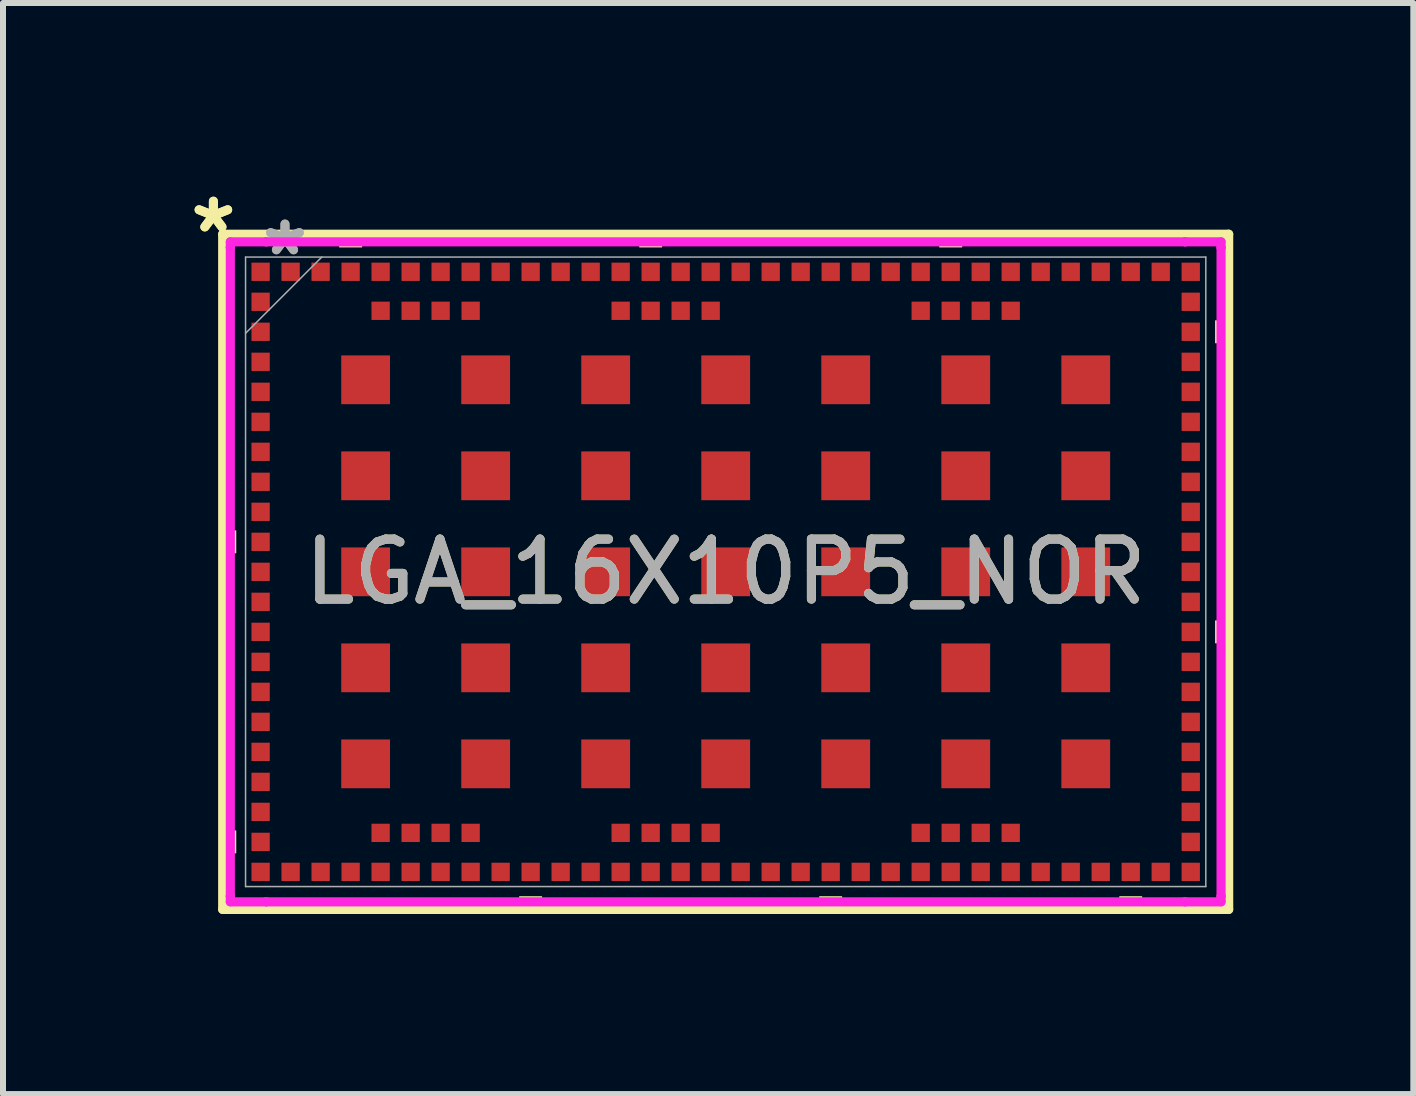
<source format=kicad_pcb>
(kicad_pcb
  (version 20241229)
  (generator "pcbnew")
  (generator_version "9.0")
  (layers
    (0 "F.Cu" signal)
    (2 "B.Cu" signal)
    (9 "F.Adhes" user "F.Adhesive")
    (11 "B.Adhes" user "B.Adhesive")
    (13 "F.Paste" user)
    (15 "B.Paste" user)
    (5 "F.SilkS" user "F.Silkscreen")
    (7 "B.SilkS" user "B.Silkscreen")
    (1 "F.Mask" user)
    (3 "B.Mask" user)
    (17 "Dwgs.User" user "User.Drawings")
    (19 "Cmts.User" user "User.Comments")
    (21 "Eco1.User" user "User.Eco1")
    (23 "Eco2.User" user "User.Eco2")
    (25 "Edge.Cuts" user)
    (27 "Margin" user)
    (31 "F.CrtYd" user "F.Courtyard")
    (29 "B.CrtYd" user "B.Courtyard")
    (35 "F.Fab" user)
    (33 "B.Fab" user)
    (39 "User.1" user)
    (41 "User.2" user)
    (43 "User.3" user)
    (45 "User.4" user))
  (footprint "LGA_16X10P5_NOR"
    (layer "F.Cu")
    (at 9.043 6.479)
    (property "Reference" "LGA_16X10P5_NOR" (at 0 0 0) (unlocked yes) (layer "F.SilkS") (effects (font (size 1 1) (thickness 0.15))))
    (attr smd)
    (fp_line (start -8.382 -5.626) (end -8.382 5.626) (stroke (width 0.152) (type solid)) (layer "F.SilkS"))
    (fp_line (start -8.382 5.626) (end 8.382 5.626) (stroke (width 0.152) (type solid)) (layer "F.SilkS"))
    (fp_line (start 8.382 -5.626) (end -8.382 -5.626) (stroke (width 0.152) (type solid)) (layer "F.SilkS"))
    (fp_line (start 8.382 5.626) (end 8.382 -5.626) (stroke (width 0.152) (type solid)) (layer "F.SilkS"))
    (fp_poly (pts (xy -8.41 -0.69) (xy -8.41 -0.309) (xy -8.156 -0.309) (xy -8.156 -0.69)) (stroke (width 0) (type solid)) (fill yes) (layer "F.SilkS"))
    (fp_poly (pts (xy -8.41 4.31) (xy -8.41 4.691) (xy -8.156 4.691) (xy -8.156 4.31)) (stroke (width 0) (type solid)) (fill yes) (layer "F.SilkS"))
    (fp_poly (pts (xy -6.441 -5.406) (xy -6.441 -5.66) (xy -6.059 -5.66) (xy -6.059 -5.406)) (stroke (width 0) (type solid)) (fill yes) (layer "F.SilkS"))
    (fp_poly (pts (xy -3.441 5.406) (xy -3.441 5.66) (xy -3.06 5.66) (xy -3.06 5.406)) (stroke (width 0) (type solid)) (fill yes) (layer "F.SilkS"))
    (fp_poly (pts (xy -1.44 -5.406) (xy -1.44 -5.66) (xy -1.06 -5.66) (xy -1.06 -5.406)) (stroke (width 0) (type solid)) (fill yes) (layer "F.SilkS"))
    (fp_poly (pts (xy 1.559 5.406) (xy 1.559 5.66) (xy 1.94 5.66) (xy 1.94 5.406)) (stroke (width 0) (type solid)) (fill yes) (layer "F.SilkS"))
    (fp_poly (pts (xy 3.559 -5.406) (xy 3.559 -5.66) (xy 3.941 -5.66) (xy 3.941 -5.406)) (stroke (width 0) (type solid)) (fill yes) (layer "F.SilkS"))
    (fp_poly (pts (xy 6.559 5.406) (xy 6.559 5.66) (xy 6.94 5.66) (xy 6.94 5.406)) (stroke (width 0) (type solid)) (fill yes) (layer "F.SilkS"))
    (fp_poly (pts (xy 8.41 -4.191) (xy 8.41 -3.809) (xy 8.156 -3.809) (xy 8.156 -4.191)) (stroke (width 0) (type solid)) (fill yes) (layer "F.SilkS"))
    (fp_poly (pts (xy 8.41 0.81) (xy 8.41 1.191) (xy 8.156 1.191) (xy 8.156 0.81)) (stroke (width 0) (type solid)) (fill yes) (layer "F.SilkS"))
    (fp_line (start -8.255 -5.499) (end -7.656 -5.499) (stroke (width 0.152) (type solid)) (layer "F.CrtYd"))
    (fp_line (start -8.255 -5.406) (end -8.255 -5.499) (stroke (width 0.152) (type solid)) (layer "F.CrtYd"))
    (fp_line (start -8.255 -5.406) (end -8.255 -5.406) (stroke (width 0.152) (type solid)) (layer "F.CrtYd"))
    (fp_line (start -8.255 5.406) (end -8.255 -5.406) (stroke (width 0.152) (type solid)) (layer "F.CrtYd"))
    (fp_line (start -8.255 5.406) (end -8.255 5.406) (stroke (width 0.152) (type solid)) (layer "F.CrtYd"))
    (fp_line (start -8.255 5.499) (end -8.255 5.406) (stroke (width 0.152) (type solid)) (layer "F.CrtYd"))
    (fp_line (start -7.656 -5.499) (end -7.656 -5.499) (stroke (width 0.152) (type solid)) (layer "F.CrtYd"))
    (fp_line (start -7.656 -5.499) (end 7.656 -5.499) (stroke (width 0.152) (type solid)) (layer "F.CrtYd"))
    (fp_line (start -7.656 5.499) (end -8.255 5.499) (stroke (width 0.152) (type solid)) (layer "F.CrtYd"))
    (fp_line (start -7.656 5.499) (end -7.656 5.499) (stroke (width 0.152) (type solid)) (layer "F.CrtYd"))
    (fp_line (start 7.656 -5.499) (end 7.656 -5.499) (stroke (width 0.152) (type solid)) (layer "F.CrtYd"))
    (fp_line (start 7.656 -5.499) (end 8.255 -5.499) (stroke (width 0.152) (type solid)) (layer "F.CrtYd"))
    (fp_line (start 7.656 5.499) (end -7.656 5.499) (stroke (width 0.152) (type solid)) (layer "F.CrtYd"))
    (fp_line (start 7.656 5.499) (end 7.656 5.499) (stroke (width 0.152) (type solid)) (layer "F.CrtYd"))
    (fp_line (start 8.255 -5.499) (end 8.255 -5.406) (stroke (width 0.152) (type solid)) (layer "F.CrtYd"))
    (fp_line (start 8.255 -5.406) (end 8.255 -5.406) (stroke (width 0.152) (type solid)) (layer "F.CrtYd"))
    (fp_line (start 8.255 -5.406) (end 8.255 5.406) (stroke (width 0.152) (type solid)) (layer "F.CrtYd"))
    (fp_line (start 8.255 5.406) (end 8.255 5.406) (stroke (width 0.152) (type solid)) (layer "F.CrtYd"))
    (fp_line (start 8.255 5.406) (end 8.255 5.499) (stroke (width 0.152) (type solid)) (layer "F.CrtYd"))
    (fp_line (start 8.255 5.499) (end 7.656 5.499) (stroke (width 0.152) (type solid)) (layer "F.CrtYd"))
    (fp_line (start -8.001 -5.245) (end -8.001 5.245) (stroke (width 0.025) (type solid)) (layer "F.Fab"))
    (fp_line (start -8.001 -3.975) (end -6.731 -5.245) (stroke (width 0.025) (type solid)) (layer "F.Fab"))
    (fp_line (start -8.001 5.245) (end 8.001 5.245) (stroke (width 0.025) (type solid)) (layer "F.Fab"))
    (fp_line (start 8.001 -5.245) (end -8.001 -5.245) (stroke (width 0.025) (type solid)) (layer "F.Fab"))
    (fp_line (start 8.001 5.245) (end 8.001 -5.245) (stroke (width 0.025) (type solid)) (layer "F.Fab"))
    (fp_text user "*" (at -8.537 -5.631 0) (unlocked yes) (layer "F.SilkS") (effects (font (size 1 1) (thickness 0.15))))
    (fp_text user "*" (at -8.537 -5.631 0) (layer "F.SilkS") (effects (font (size 1 1) (thickness 0.15))))
    (fp_text user "${REFERENCE}" (at 0 0 0) (unlocked yes) (layer "F.Fab") (effects (font (size 1 1) (thickness 0.15))))
    (fp_text user "*" (at -7.344 -5.25 0) (unlocked yes) (layer "F.Fab") (effects (font (size 1 1) (thickness 0.15))))
    (fp_text user "*" (at -7.344 -5.25 0) (layer "F.Fab") (effects (font (size 1 1) (thickness 0.15))))
    (pad "1" smd rect (at -7.75 -5 90) (size 0.305 0.305) (layers "F.Cu" "F.Mask" "F.Paste"))
    (pad "2" smd rect (at -7.75 -4.5 90) (size 0.305 0.305) (layers "F.Cu" "F.Mask" "F.Paste"))
    (pad "3" smd rect (at -7.75 -4 90) (size 0.305 0.305) (layers "F.Cu" "F.Mask" "F.Paste"))
    (pad "4" smd rect (at -7.75 -3.5 90) (size 0.305 0.305) (layers "F.Cu" "F.Mask" "F.Paste"))
    (pad "5" smd rect (at -7.75 -3 90) (size 0.305 0.305) (layers "F.Cu" "F.Mask" "F.Paste"))
    (pad "6" smd rect (at -7.75 -2.5 90) (size 0.305 0.305) (layers "F.Cu" "F.Mask" "F.Paste"))
    (pad "7" smd rect (at -7.75 -2 90) (size 0.305 0.305) (layers "F.Cu" "F.Mask" "F.Paste"))
    (pad "8" smd rect (at -7.75 -1.5 90) (size 0.305 0.305) (layers "F.Cu" "F.Mask" "F.Paste"))
    (pad "9" smd rect (at -7.75 -1 90) (size 0.305 0.305) (layers "F.Cu" "F.Mask" "F.Paste"))
    (pad "10" smd rect (at -7.75 -0.5 90) (size 0.305 0.305) (layers "F.Cu" "F.Mask" "F.Paste"))
    (pad "11" smd rect (at -7.75 0 90) (size 0.305 0.305) (layers "F.Cu" "F.Mask" "F.Paste"))
    (pad "12" smd rect (at -7.75 0.5 90) (size 0.305 0.305) (layers "F.Cu" "F.Mask" "F.Paste"))
    (pad "13" smd rect (at -7.75 1 90) (size 0.305 0.305) (layers "F.Cu" "F.Mask" "F.Paste"))
    (pad "14" smd rect (at -7.75 1.5 90) (size 0.305 0.305) (layers "F.Cu" "F.Mask" "F.Paste"))
    (pad "15" smd rect (at -7.75 2 90) (size 0.305 0.305) (layers "F.Cu" "F.Mask" "F.Paste"))
    (pad "16" smd rect (at -7.75 2.5 90) (size 0.305 0.305) (layers "F.Cu" "F.Mask" "F.Paste"))
    (pad "17" smd rect (at -7.75 3 90) (size 0.305 0.305) (layers "F.Cu" "F.Mask" "F.Paste"))
    (pad "18" smd rect (at -7.75 3.5 90) (size 0.305 0.305) (layers "F.Cu" "F.Mask" "F.Paste"))
    (pad "19" smd rect (at -7.75 4 90) (size 0.305 0.305) (layers "F.Cu" "F.Mask" "F.Paste"))
    (pad "20" smd rect (at -7.75 4.5 90) (size 0.305 0.305) (layers "F.Cu" "F.Mask" "F.Paste"))
    (pad "21" smd rect (at -7.75 5 90) (size 0.305 0.305) (layers "F.Cu" "F.Mask" "F.Paste"))
    (pad "22" smd rect (at -7.25 5) (size 0.305 0.305) (layers "F.Cu" "F.Mask" "F.Paste"))
    (pad "23" smd rect (at -6.75 5) (size 0.305 0.305) (layers "F.Cu" "F.Mask" "F.Paste"))
    (pad "24" smd rect (at -6.25 5) (size 0.305 0.305) (layers "F.Cu" "F.Mask" "F.Paste"))
    (pad "25" smd rect (at -5.75 5) (size 0.305 0.305) (layers "F.Cu" "F.Mask" "F.Paste"))
    (pad "26" smd rect (at -5.25 5) (size 0.305 0.305) (layers "F.Cu" "F.Mask" "F.Paste"))
    (pad "27" smd rect (at -4.75 5) (size 0.305 0.305) (layers "F.Cu" "F.Mask" "F.Paste"))
    (pad "28" smd rect (at -4.25 5) (size 0.305 0.305) (layers "F.Cu" "F.Mask" "F.Paste"))
    (pad "29" smd rect (at -3.75 5) (size 0.305 0.305) (layers "F.Cu" "F.Mask" "F.Paste"))
    (pad "30" smd rect (at -3.25 5) (size 0.305 0.305) (layers "F.Cu" "F.Mask" "F.Paste"))
    (pad "31" smd rect (at -2.75 5) (size 0.305 0.305) (layers "F.Cu" "F.Mask" "F.Paste"))
    (pad "32" smd rect (at -2.25 5) (size 0.305 0.305) (layers "F.Cu" "F.Mask" "F.Paste"))
    (pad "33" smd rect (at -1.75 5) (size 0.305 0.305) (layers "F.Cu" "F.Mask" "F.Paste"))
    (pad "34" smd rect (at -1.25 5) (size 0.305 0.305) (layers "F.Cu" "F.Mask" "F.Paste"))
    (pad "35" smd rect (at -0.75 5) (size 0.305 0.305) (layers "F.Cu" "F.Mask" "F.Paste"))
    (pad "36" smd rect (at -0.25 5) (size 0.305 0.305) (layers "F.Cu" "F.Mask" "F.Paste"))
    (pad "37" smd rect (at 0.25 5) (size 0.305 0.305) (layers "F.Cu" "F.Mask" "F.Paste"))
    (pad "38" smd rect (at 0.75 5) (size 0.305 0.305) (layers "F.Cu" "F.Mask" "F.Paste"))
    (pad "39" smd rect (at 1.25 5) (size 0.305 0.305) (layers "F.Cu" "F.Mask" "F.Paste"))
    (pad "40" smd rect (at 1.75 5) (size 0.305 0.305) (layers "F.Cu" "F.Mask" "F.Paste"))
    (pad "41" smd rect (at 2.25 5) (size 0.305 0.305) (layers "F.Cu" "F.Mask" "F.Paste"))
    (pad "42" smd rect (at 2.75 5) (size 0.305 0.305) (layers "F.Cu" "F.Mask" "F.Paste"))
    (pad "43" smd rect (at 3.25 5) (size 0.305 0.305) (layers "F.Cu" "F.Mask" "F.Paste"))
    (pad "44" smd rect (at 3.75 5) (size 0.305 0.305) (layers "F.Cu" "F.Mask" "F.Paste"))
    (pad "45" smd rect (at 4.25 5) (size 0.305 0.305) (layers "F.Cu" "F.Mask" "F.Paste"))
    (pad "46" smd rect (at 4.75 5) (size 0.305 0.305) (layers "F.Cu" "F.Mask" "F.Paste"))
    (pad "47" smd rect (at 5.25 5) (size 0.305 0.305) (layers "F.Cu" "F.Mask" "F.Paste"))
    (pad "48" smd rect (at 5.75 5) (size 0.305 0.305) (layers "F.Cu" "F.Mask" "F.Paste"))
    (pad "49" smd rect (at 6.25 5) (size 0.305 0.305) (layers "F.Cu" "F.Mask" "F.Paste"))
    (pad "50" smd rect (at 6.75 5) (size 0.305 0.305) (layers "F.Cu" "F.Mask" "F.Paste"))
    (pad "51" smd rect (at 7.25 5) (size 0.305 0.305) (layers "F.Cu" "F.Mask" "F.Paste"))
    (pad "52" smd rect (at 7.75 5 90) (size 0.305 0.305) (layers "F.Cu" "F.Mask" "F.Paste"))
    (pad "53" smd rect (at 7.75 4.5 90) (size 0.305 0.305) (layers "F.Cu" "F.Mask" "F.Paste"))
    (pad "54" smd rect (at 7.75 4 90) (size 0.305 0.305) (layers "F.Cu" "F.Mask" "F.Paste"))
    (pad "55" smd rect (at 7.75 3.5 90) (size 0.305 0.305) (layers "F.Cu" "F.Mask" "F.Paste"))
    (pad "56" smd rect (at 7.75 3 90) (size 0.305 0.305) (layers "F.Cu" "F.Mask" "F.Paste"))
    (pad "57" smd rect (at 7.75 2.5 90) (size 0.305 0.305) (layers "F.Cu" "F.Mask" "F.Paste"))
    (pad "58" smd rect (at 7.75 2 90) (size 0.305 0.305) (layers "F.Cu" "F.Mask" "F.Paste"))
    (pad "59" smd rect (at 7.75 1.5 90) (size 0.305 0.305) (layers "F.Cu" "F.Mask" "F.Paste"))
    (pad "60" smd rect (at 7.75 1 90) (size 0.305 0.305) (layers "F.Cu" "F.Mask" "F.Paste"))
    (pad "61" smd rect (at 7.75 0.5 90) (size 0.305 0.305) (layers "F.Cu" "F.Mask" "F.Paste"))
    (pad "62" smd rect (at 7.75 0 90) (size 0.305 0.305) (layers "F.Cu" "F.Mask" "F.Paste"))
    (pad "63" smd rect (at 7.75 -0.5 90) (size 0.305 0.305) (layers "F.Cu" "F.Mask" "F.Paste"))
    (pad "64" smd rect (at 7.75 -1 90) (size 0.305 0.305) (layers "F.Cu" "F.Mask" "F.Paste"))
    (pad "65" smd rect (at 7.75 -1.5 90) (size 0.305 0.305) (layers "F.Cu" "F.Mask" "F.Paste"))
    (pad "66" smd rect (at 7.75 -2 90) (size 0.305 0.305) (layers "F.Cu" "F.Mask" "F.Paste"))
    (pad "67" smd rect (at 7.75 -2.5 90) (size 0.305 0.305) (layers "F.Cu" "F.Mask" "F.Paste"))
    (pad "68" smd rect (at 7.75 -3 90) (size 0.305 0.305) (layers "F.Cu" "F.Mask" "F.Paste"))
    (pad "69" smd rect (at 7.75 -3.5 90) (size 0.305 0.305) (layers "F.Cu" "F.Mask" "F.Paste"))
    (pad "70" smd rect (at 7.75 -4 90) (size 0.305 0.305) (layers "F.Cu" "F.Mask" "F.Paste"))
    (pad "71" smd rect (at 7.75 -4.5 90) (size 0.305 0.305) (layers "F.Cu" "F.Mask" "F.Paste"))
    (pad "72" smd rect (at 7.75 -5 90) (size 0.305 0.305) (layers "F.Cu" "F.Mask" "F.Paste"))
    (pad "73" smd rect (at 7.25 -5) (size 0.305 0.305) (layers "F.Cu" "F.Mask" "F.Paste"))
    (pad "74" smd rect (at 6.75 -5) (size 0.305 0.305) (layers "F.Cu" "F.Mask" "F.Paste"))
    (pad "75" smd rect (at 6.25 -5) (size 0.305 0.305) (layers "F.Cu" "F.Mask" "F.Paste"))
    (pad "76" smd rect (at 5.75 -5) (size 0.305 0.305) (layers "F.Cu" "F.Mask" "F.Paste"))
    (pad "77" smd rect (at 5.25 -5) (size 0.305 0.305) (layers "F.Cu" "F.Mask" "F.Paste"))
    (pad "78" smd rect (at 4.75 -5) (size 0.305 0.305) (layers "F.Cu" "F.Mask" "F.Paste"))
    (pad "79" smd rect (at 4.25 -5) (size 0.305 0.305) (layers "F.Cu" "F.Mask" "F.Paste"))
    (pad "80" smd rect (at 3.75 -5) (size 0.305 0.305) (layers "F.Cu" "F.Mask" "F.Paste"))
    (pad "81" smd rect (at 3.25 -5) (size 0.305 0.305) (layers "F.Cu" "F.Mask" "F.Paste"))
    (pad "82" smd rect (at 2.75 -5) (size 0.305 0.305) (layers "F.Cu" "F.Mask" "F.Paste"))
    (pad "83" smd rect (at 2.25 -5) (size 0.305 0.305) (layers "F.Cu" "F.Mask" "F.Paste"))
    (pad "84" smd rect (at 1.75 -5) (size 0.305 0.305) (layers "F.Cu" "F.Mask" "F.Paste"))
    (pad "85" smd rect (at 1.25 -5) (size 0.305 0.305) (layers "F.Cu" "F.Mask" "F.Paste"))
    (pad "86" smd rect (at 0.75 -5) (size 0.305 0.305) (layers "F.Cu" "F.Mask" "F.Paste"))
    (pad "87" smd rect (at 0.25 -5) (size 0.305 0.305) (layers "F.Cu" "F.Mask" "F.Paste"))
    (pad "88" smd rect (at -0.25 -5) (size 0.305 0.305) (layers "F.Cu" "F.Mask" "F.Paste"))
    (pad "89" smd rect (at -0.75 -5) (size 0.305 0.305) (layers "F.Cu" "F.Mask" "F.Paste"))
    (pad "90" smd rect (at -1.25 -5) (size 0.305 0.305) (layers "F.Cu" "F.Mask" "F.Paste"))
    (pad "91" smd rect (at -1.75 -5) (size 0.305 0.305) (layers "F.Cu" "F.Mask" "F.Paste"))
    (pad "92" smd rect (at -2.25 -5) (size 0.305 0.305) (layers "F.Cu" "F.Mask" "F.Paste"))
    (pad "93" smd rect (at -2.75 -5) (size 0.305 0.305) (layers "F.Cu" "F.Mask" "F.Paste"))
    (pad "94" smd rect (at -3.25 -5) (size 0.305 0.305) (layers "F.Cu" "F.Mask" "F.Paste"))
    (pad "95" smd rect (at -3.75 -5) (size 0.305 0.305) (layers "F.Cu" "F.Mask" "F.Paste"))
    (pad "96" smd rect (at -4.25 -5) (size 0.305 0.305) (layers "F.Cu" "F.Mask" "F.Paste"))
    (pad "97" smd rect (at -4.75 -5) (size 0.305 0.305) (layers "F.Cu" "F.Mask" "F.Paste"))
    (pad "98" smd rect (at -5.25 -5) (size 0.305 0.305) (layers "F.Cu" "F.Mask" "F.Paste"))
    (pad "99" smd rect (at -5.75 -5) (size 0.305 0.305) (layers "F.Cu" "F.Mask" "F.Paste"))
    (pad "100" smd rect (at -6.25 -5) (size 0.305 0.305) (layers "F.Cu" "F.Mask" "F.Paste"))
    (pad "101" smd rect (at -6.75 -5) (size 0.305 0.305) (layers "F.Cu" "F.Mask" "F.Paste"))
    (pad "102" smd rect (at -7.25 -5) (size 0.305 0.305) (layers "F.Cu" "F.Mask" "F.Paste"))
    (pad "103" smd rect (at 0 0) (size 0.813 0.813) (layers "F.Cu" "F.Mask" "F.Paste"))
    (pad "104" smd rect (at -5.75 4.35) (size 0.305 0.305) (layers "F.Cu" "F.Mask" "F.Paste"))
    (pad "105" smd rect (at -5.25 4.35) (size 0.305 0.305) (layers "F.Cu" "F.Mask" "F.Paste"))
    (pad "106" smd rect (at -4.75 4.35) (size 0.305 0.305) (layers "F.Cu" "F.Mask" "F.Paste"))
    (pad "107" smd rect (at -4.25 4.35) (size 0.305 0.305) (layers "F.Cu" "F.Mask" "F.Paste"))
    (pad "108" smd rect (at -1.75 4.35) (size 0.305 0.305) (layers "F.Cu" "F.Mask" "F.Paste"))
    (pad "109" smd rect (at -1.25 4.35) (size 0.305 0.305) (layers "F.Cu" "F.Mask" "F.Paste"))
    (pad "110" smd rect (at -0.75 4.35) (size 0.305 0.305) (layers "F.Cu" "F.Mask" "F.Paste"))
    (pad "111" smd rect (at -0.25 4.35) (size 0.305 0.305) (layers "F.Cu" "F.Mask" "F.Paste"))
    (pad "112" smd rect (at 3.25 4.35) (size 0.305 0.305) (layers "F.Cu" "F.Mask" "F.Paste"))
    (pad "113" smd rect (at 3.75 4.35) (size 0.305 0.305) (layers "F.Cu" "F.Mask" "F.Paste"))
    (pad "114" smd rect (at 4.25 4.35) (size 0.305 0.305) (layers "F.Cu" "F.Mask" "F.Paste"))
    (pad "115" smd rect (at 4.75 4.35) (size 0.305 0.305) (layers "F.Cu" "F.Mask" "F.Paste"))
    (pad "116" smd rect (at 4.75 -4.35) (size 0.305 0.305) (layers "F.Cu" "F.Mask" "F.Paste"))
    (pad "117" smd rect (at 4.25 -4.35) (size 0.305 0.305) (layers "F.Cu" "F.Mask" "F.Paste"))
    (pad "118" smd rect (at 3.75 -4.35) (size 0.305 0.305) (layers "F.Cu" "F.Mask" "F.Paste"))
    (pad "119" smd rect (at 3.25 -4.35) (size 0.305 0.305) (layers "F.Cu" "F.Mask" "F.Paste"))
    (pad "120" smd rect (at -0.25 -4.35) (size 0.305 0.305) (layers "F.Cu" "F.Mask" "F.Paste"))
    (pad "121" smd rect (at -0.75 -4.35) (size 0.305 0.305) (layers "F.Cu" "F.Mask" "F.Paste"))
    (pad "122" smd rect (at -1.25 -4.35) (size 0.305 0.305) (layers "F.Cu" "F.Mask" "F.Paste"))
    (pad "123" smd rect (at -1.75 -4.35) (size 0.305 0.305) (layers "F.Cu" "F.Mask" "F.Paste"))
    (pad "124" smd rect (at -4.25 -4.35) (size 0.305 0.305) (layers "F.Cu" "F.Mask" "F.Paste"))
    (pad "125" smd rect (at -4.75 -4.35) (size 0.305 0.305) (layers "F.Cu" "F.Mask" "F.Paste"))
    (pad "126" smd rect (at -5.25 -4.35) (size 0.305 0.305) (layers "F.Cu" "F.Mask" "F.Paste"))
    (pad "127" smd rect (at -5.75 -4.35) (size 0.305 0.305) (layers "F.Cu" "F.Mask" "F.Paste"))
    (pad "128" smd rect (at -6 -3.2) (size 0.813 0.813) (layers "F.Cu" "F.Mask" "F.Paste"))
    (pad "129" smd rect (at -6 -1.6) (size 0.813 0.813) (layers "F.Cu" "F.Mask" "F.Paste"))
    (pad "130" smd rect (at -6 0) (size 0.813 0.813) (layers "F.Cu" "F.Mask" "F.Paste"))
    (pad "131" smd rect (at -6 1.6) (size 0.813 0.813) (layers "F.Cu" "F.Mask" "F.Paste"))
    (pad "132" smd rect (at -6 3.2) (size 0.813 0.813) (layers "F.Cu" "F.Mask" "F.Paste"))
    (pad "133" smd rect (at -4 -3.2) (size 0.813 0.813) (layers "F.Cu" "F.Mask" "F.Paste"))
    (pad "134" smd rect (at -4 -1.6) (size 0.813 0.813) (layers "F.Cu" "F.Mask" "F.Paste"))
    (pad "135" smd rect (at -4 0) (size 0.813 0.813) (layers "F.Cu" "F.Mask" "F.Paste"))
    (pad "136" smd rect (at -4 1.6) (size 0.813 0.813) (layers "F.Cu" "F.Mask" "F.Paste"))
    (pad "137" smd rect (at -4 3.2) (size 0.813 0.813) (layers "F.Cu" "F.Mask" "F.Paste"))
    (pad "138" smd rect (at -2 -3.2) (size 0.813 0.813) (layers "F.Cu" "F.Mask" "F.Paste"))
    (pad "139" smd rect (at -2 -1.6) (size 0.813 0.813) (layers "F.Cu" "F.Mask" "F.Paste"))
    (pad "140" smd rect (at -2 0) (size 0.813 0.813) (layers "F.Cu" "F.Mask" "F.Paste"))
    (pad "141" smd rect (at -2 1.6) (size 0.813 0.813) (layers "F.Cu" "F.Mask" "F.Paste"))
    (pad "142" smd rect (at -2 3.2) (size 0.813 0.813) (layers "F.Cu" "F.Mask" "F.Paste"))
    (pad "143" smd rect (at 0 -3.2) (size 0.813 0.813) (layers "F.Cu" "F.Mask" "F.Paste"))
    (pad "144" smd rect (at 0 -1.6) (size 0.813 0.813) (layers "F.Cu" "F.Mask" "F.Paste"))
    (pad "145" smd rect (at 0 1.6) (size 0.813 0.813) (layers "F.Cu" "F.Mask" "F.Paste"))
    (pad "146" smd rect (at 0 3.2) (size 0.813 0.813) (layers "F.Cu" "F.Mask" "F.Paste"))
    (pad "147" smd rect (at 2 -3.2) (size 0.813 0.813) (layers "F.Cu" "F.Mask" "F.Paste"))
    (pad "148" smd rect (at 2 -1.6) (size 0.813 0.813) (layers "F.Cu" "F.Mask" "F.Paste"))
    (pad "149" smd rect (at 2 0) (size 0.813 0.813) (layers "F.Cu" "F.Mask" "F.Paste"))
    (pad "150" smd rect (at 2 1.6) (size 0.813 0.813) (layers "F.Cu" "F.Mask" "F.Paste"))
    (pad "151" smd rect (at 2 3.2) (size 0.813 0.813) (layers "F.Cu" "F.Mask" "F.Paste"))
    (pad "152" smd rect (at 4 -3.2) (size 0.813 0.813) (layers "F.Cu" "F.Mask" "F.Paste"))
    (pad "153" smd rect (at 4 -1.6) (size 0.813 0.813) (layers "F.Cu" "F.Mask" "F.Paste"))
    (pad "154" smd rect (at 4 0) (size 0.813 0.813) (layers "F.Cu" "F.Mask" "F.Paste"))
    (pad "155" smd rect (at 4 1.6) (size 0.813 0.813) (layers "F.Cu" "F.Mask" "F.Paste"))
    (pad "156" smd rect (at 4 3.2) (size 0.813 0.813) (layers "F.Cu" "F.Mask" "F.Paste"))
    (pad "157" smd rect (at 6 -3.2) (size 0.813 0.813) (layers "F.Cu" "F.Mask" "F.Paste"))
    (pad "158" smd rect (at 6 -1.6) (size 0.813 0.813) (layers "F.Cu" "F.Mask" "F.Paste"))
    (pad "159" smd rect (at 6 0) (size 0.813 0.813) (layers "F.Cu" "F.Mask" "F.Paste"))
    (pad "160" smd rect (at 6 1.6) (size 0.813 0.813) (layers "F.Cu" "F.Mask" "F.Paste"))
    (pad "161" smd rect (at 6 3.2) (size 0.813 0.813) (layers "F.Cu" "F.Mask" "F.Paste")))
  (gr_rect
    (start -3 -3)
    (end 20.502 15.182)
    (stroke (width 0.1) (type default))
    (fill no)
    (layer "Edge.Cuts")))
</source>
